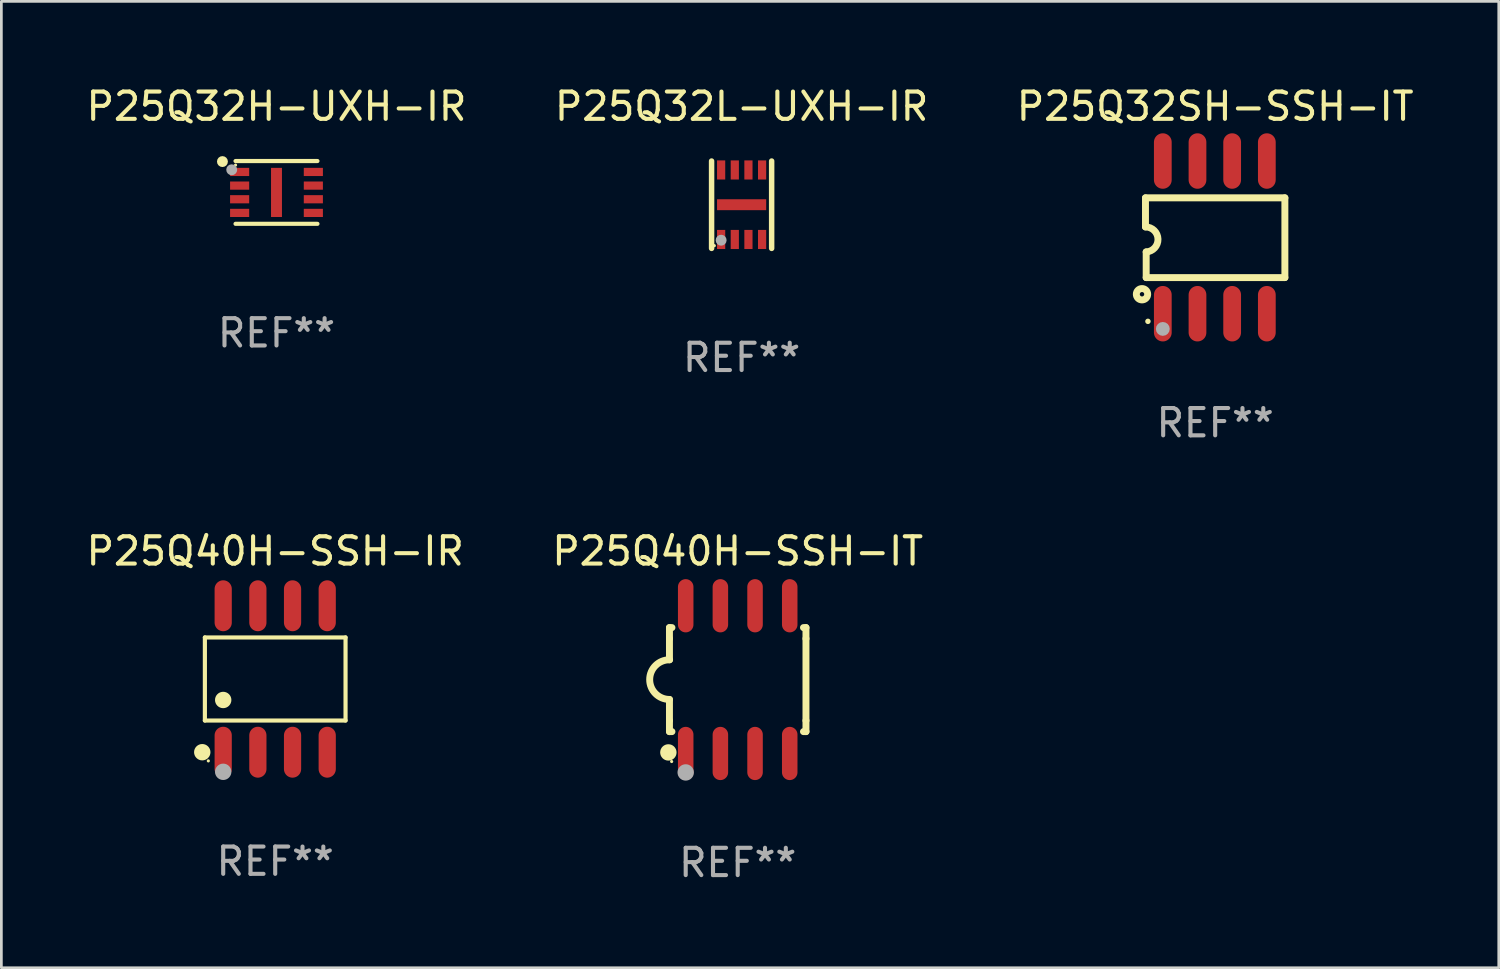
<source format=kicad_pcb>
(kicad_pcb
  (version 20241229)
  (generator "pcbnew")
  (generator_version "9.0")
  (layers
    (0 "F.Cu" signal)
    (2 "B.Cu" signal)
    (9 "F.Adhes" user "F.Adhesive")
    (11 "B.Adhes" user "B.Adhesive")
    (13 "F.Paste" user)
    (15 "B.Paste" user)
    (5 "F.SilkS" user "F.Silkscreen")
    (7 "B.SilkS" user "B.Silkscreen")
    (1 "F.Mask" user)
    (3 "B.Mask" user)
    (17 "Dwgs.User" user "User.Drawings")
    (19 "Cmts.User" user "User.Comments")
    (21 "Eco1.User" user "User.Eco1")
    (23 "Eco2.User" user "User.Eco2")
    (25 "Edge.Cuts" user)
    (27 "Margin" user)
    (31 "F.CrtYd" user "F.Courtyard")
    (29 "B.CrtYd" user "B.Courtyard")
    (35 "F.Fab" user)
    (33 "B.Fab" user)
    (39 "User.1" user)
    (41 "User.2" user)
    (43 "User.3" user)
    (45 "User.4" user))
  (footprint "P25Q32L-UXH-IR"
    (layer "F.Cu")
    (at 24.113 4.448)
    (property "Reference" "P25Q32L-UXH-IR" (at 0 -3.6 0) (layer "F.SilkS") (effects (font (size 1 1) (thickness 0.15))))
    (attr through_hole)
    (fp_line (start -1.1 1.6) (end -1.1 -1.6) (stroke (width 0.2) (type solid)) (layer "F.SilkS"))
    (fp_line (start 1.1 1.6) (end 1.1 -1.6) (stroke (width 0.2) (type solid)) (layer "F.SilkS"))
    (fp_circle (center -1 1.5) (end -0.97 1.5) (stroke (width 0.06) (type solid)) (fill no) (layer "F.SilkS"))
    (fp_circle (center -0.75 1.3) (end -0.65 1.3) (stroke (width 0.2) (type solid)) (fill no) (layer "F.Fab"))
    (fp_text user "REF**" (at 0 5.6 0) (layer "F.Fab") (effects (font (size 1 1) (thickness 0.15))))
    (pad "1" smd rect (at -0.75 1.273 90) (size 0.7 0.3) (layers "F.Cu" "F.Mask" "F.Paste"))
    (pad "2" smd rect (at -0.25 1.273 90) (size 0.7 0.3) (layers "F.Cu" "F.Mask" "F.Paste"))
    (pad "3" smd rect (at 0.25 1.273 90) (size 0.7 0.3) (layers "F.Cu" "F.Mask" "F.Paste"))
    (pad "4" smd rect (at 0.75 1.273 90) (size 0.7 0.3) (layers "F.Cu" "F.Mask" "F.Paste"))
    (pad "5" smd rect (at 0.75 -1.273 90) (size 0.7 0.3) (layers "F.Cu" "F.Mask" "F.Paste"))
    (pad "6" smd rect (at 0.25 -1.273 90) (size 0.7 0.3) (layers "F.Cu" "F.Mask" "F.Paste"))
    (pad "7" smd rect (at -0.25 -1.273 90) (size 0.7 0.3) (layers "F.Cu" "F.Mask" "F.Paste"))
    (pad "8" smd rect (at -0.75 -1.273 90) (size 0.7 0.3) (layers "F.Cu" "F.Mask" "F.Paste"))
    (pad "9" smd rect (at 0.000127 0) (size 1.8 0.4) (layers "F.Cu" "F.Mask" "F.Paste")))
  (footprint "P25Q32H-UXH-IR"
    (layer "F.Cu")
    (at 7.077 3.998)
    (property "Reference" "P25Q32H-UXH-IR" (at 0 -3.15 0) (layer "F.SilkS") (effects (font (size 1 1) (thickness 0.15))))
    (attr through_hole)
    (fp_line (start 1.5 -1.15) (end -1.5 -1.15) (stroke (width 0.152) (type solid)) (layer "F.SilkS"))
    (fp_line (start 1.5 1.15) (end -1.5 1.15) (stroke (width 0.152) (type solid)) (layer "F.SilkS"))
    (fp_circle (center -1.98 -1.13) (end -1.88 -1.13) (stroke (width 0.2) (type solid)) (fill no) (layer "F.SilkS"))
    (fp_circle (center -1.5 -1) (end -1.47 -1) (stroke (width 0.06) (type solid)) (fill no) (layer "F.SilkS"))
    (fp_circle (center -1.64 -0.83) (end -1.54 -0.83) (stroke (width 0.2) (type solid)) (fill no) (layer "F.Fab"))
    (fp_text user "REF**" (at 0 5.15 0) (layer "F.Fab") (effects (font (size 1 1) (thickness 0.15))))
    (pad "1" smd rect (at -1.35 -0.75) (size 0.7 0.3) (layers "F.Cu" "F.Mask" "F.Paste"))
    (pad "2" smd rect (at -1.35 -0.25) (size 0.7 0.3) (layers "F.Cu" "F.Mask" "F.Paste"))
    (pad "3" smd rect (at -1.35 0.25) (size 0.7 0.3) (layers "F.Cu" "F.Mask" "F.Paste"))
    (pad "4" smd rect (at -1.35 0.75) (size 0.7 0.3) (layers "F.Cu" "F.Mask" "F.Paste"))
    (pad "5" smd rect (at 1.35 0.75) (size 0.7 0.3) (layers "F.Cu" "F.Mask" "F.Paste"))
    (pad "6" smd rect (at 1.35 0.25) (size 0.7 0.3) (layers "F.Cu" "F.Mask" "F.Paste"))
    (pad "7" smd rect (at 1.35 -0.25) (size 0.7 0.3) (layers "F.Cu" "F.Mask" "F.Paste"))
    (pad "8" smd rect (at 1.35 -0.75) (size 0.7 0.3) (layers "F.Cu" "F.Mask" "F.Paste"))
    (pad "9" smd rect (at -0.000025 0.000127) (size 0.4 1.8) (layers "F.Cu" "F.Mask" "F.Paste")))
  (footprint "P25Q40H-SSH-IR"
    (layer "F.Cu")
    (at 7.03 21.819)
    (property "Reference" "P25Q40H-SSH-IR" (at 0 -4.682 0) (layer "F.SilkS") (effects (font (size 1 1) (thickness 0.15))))
    (attr through_hole)
    (fp_line (start -2.576 -1.521) (end 2.576 -1.521) (stroke (width 0.152) (type solid)) (layer "F.SilkS"))
    (fp_line (start -2.576 1.521) (end -2.576 -1.521) (stroke (width 0.152) (type solid)) (layer "F.SilkS"))
    (fp_line (start 2.576 -1.521) (end 2.576 1.521) (stroke (width 0.152) (type solid)) (layer "F.SilkS"))
    (fp_line (start 2.576 1.521) (end -2.576 1.521) (stroke (width 0.152) (type solid)) (layer "F.SilkS"))
    (fp_circle (center -2.672 2.682) (end -2.522 2.682) (stroke (width 0.3) (type solid)) (fill no) (layer "F.SilkS"))
    (fp_circle (center -2.45 3) (end -2.42 3) (stroke (width 0.06) (type solid)) (fill no) (layer "F.SilkS"))
    (fp_circle (center -1.905 0.769) (end -1.755 0.769) (stroke (width 0.3) (type solid)) (fill no) (layer "F.SilkS"))
    (fp_circle (center -1.905 3.4) (end -1.755 3.4) (stroke (width 0.3) (type solid)) (fill no) (layer "F.Fab"))
    (fp_text user "REF**" (at 0 6.682 0) (layer "F.Fab") (effects (font (size 1 1) (thickness 0.15))))
    (pad "1" smd oval (at -1.905 2.682) (size 0.63 1.865) (layers "F.Cu" "F.Mask" "F.Paste"))
    (pad "2" smd oval (at -0.635 2.682) (size 0.63 1.865) (layers "F.Cu" "F.Mask" "F.Paste"))
    (pad "3" smd oval (at 0.635 2.682) (size 0.63 1.865) (layers "F.Cu" "F.Mask" "F.Paste"))
    (pad "4" smd oval (at 1.905 2.682) (size 0.63 1.865) (layers "F.Cu" "F.Mask" "F.Paste"))
    (pad "5" smd oval (at 1.905 -2.682) (size 0.63 1.865) (layers "F.Cu" "F.Mask" "F.Paste"))
    (pad "6" smd oval (at 0.635 -2.682) (size 0.63 1.865) (layers "F.Cu" "F.Mask" "F.Paste"))
    (pad "7" smd oval (at -0.635 -2.682) (size 0.63 1.865) (layers "F.Cu" "F.Mask" "F.Paste"))
    (pad "8" smd oval (at -1.905 -2.682) (size 0.63 1.865) (layers "F.Cu" "F.Mask" "F.Paste")))
  (footprint "P25Q40H-SSH-IT"
    (layer "F.Cu")
    (at 23.97 21.842)
    (property "Reference" "P25Q40H-SSH-IT" (at 0 -4.705 0) (layer "F.SilkS") (effects (font (size 1 1) (thickness 0.15))))
    (attr through_hole)
    (fp_line (start -2.5 -1.905) (end -2.409 -1.905) (stroke (width 0.254) (type solid)) (layer "F.SilkS"))
    (fp_line (start -2.5 -1.5) (end -2.5 -1.905) (stroke (width 0.254) (type solid)) (layer "F.SilkS"))
    (fp_line (start -2.5 -1.5) (end -2.5 -0.726) (stroke (width 0.254) (type solid)) (layer "F.SilkS"))
    (fp_line (start -2.5 1.5) (end -2.5 0.727) (stroke (width 0.254) (type solid)) (layer "F.SilkS"))
    (fp_line (start -2.5 1.5) (end -2.5 1.905) (stroke (width 0.254) (type solid)) (layer "F.SilkS"))
    (fp_line (start -2.5 1.905) (end -2.409 1.905) (stroke (width 0.254) (type solid)) (layer "F.SilkS"))
    (fp_line (start 2.5 -1.905) (end 2.409 -1.905) (stroke (width 0.254) (type solid)) (layer "F.SilkS"))
    (fp_line (start 2.5 -1.5) (end 2.5 -1.905) (stroke (width 0.254) (type solid)) (layer "F.SilkS"))
    (fp_line (start 2.5 -1.5) (end 2.5 1.5) (stroke (width 0.254) (type solid)) (layer "F.SilkS"))
    (fp_line (start 2.5 1.5) (end 2.5 1.905) (stroke (width 0.254) (type solid)) (layer "F.SilkS"))
    (fp_line (start 2.5 1.905) (end 2.409 1.905) (stroke (width 0.254) (type solid)) (layer "F.SilkS"))
    (fp_arc (start -2.5 0.726568) (mid -3.220316 -0.0023) (end -2.495097 -0.726289) (stroke (width 0.254001) (type solid)) (layer "F.SilkS"))
    (fp_circle (center -2.54 2.667) (end -2.39 2.667) (stroke (width 0.3) (type solid)) (fill no) (layer "F.SilkS"))
    (fp_circle (center -2.42 3) (end -2.39 3) (stroke (width 0.06) (type solid)) (fill no) (layer "F.SilkS"))
    (fp_circle (center -1.905 3.4) (end -1.755 3.4) (stroke (width 0.3) (type solid)) (fill no) (layer "F.Fab"))
    (fp_text user "REF**" (at 0 6.705 0) (layer "F.Fab") (effects (font (size 1 1) (thickness 0.15))))
    (pad "1" smd oval (at -1.905 2.705) (size 0.568 1.95) (layers "F.Cu" "F.Mask" "F.Paste"))
    (pad "2" smd oval (at -0.635 2.705) (size 0.568 1.95) (layers "F.Cu" "F.Mask" "F.Paste"))
    (pad "3" smd oval (at 0.635 2.705) (size 0.568 1.95) (layers "F.Cu" "F.Mask" "F.Paste"))
    (pad "4" smd oval (at 1.905 2.705) (size 0.568 1.95) (layers "F.Cu" "F.Mask" "F.Paste"))
    (pad "5" smd oval (at 1.905 -2.705) (size 0.568 1.95) (layers "F.Cu" "F.Mask" "F.Paste"))
    (pad "6" smd oval (at 0.635 -2.705) (size 0.568 1.95) (layers "F.Cu" "F.Mask" "F.Paste"))
    (pad "7" smd oval (at -0.635 -2.705) (size 0.568 1.95) (layers "F.Cu" "F.Mask" "F.Paste"))
    (pad "8" smd oval (at -1.905 -2.705) (size 0.568 1.95) (layers "F.Cu" "F.Mask" "F.Paste")))
  (footprint "P25Q32SH-SSH-IT"
    (layer "F.Cu")
    (at 41.458 5.644)
    (property "Reference" "P25Q32SH-SSH-IT" (at 0 -4.796 0) (layer "F.SilkS") (effects (font (size 1 1) (thickness 0.15))))
    (attr through_hole)
    (fp_line (start -2.553 -1.448) (end 2.553 -1.448) (stroke (width 0.254) (type solid)) (layer "F.SilkS"))
    (fp_line (start -2.553 -0.382) (end -2.553 -1.448) (stroke (width 0.254) (type solid)) (layer "F.SilkS"))
    (fp_line (start -2.527 1.473) (end -2.527 0.533) (stroke (width 0.254) (type solid)) (layer "F.SilkS"))
    (fp_line (start -2.502 1.473) (end -2.527 1.473) (stroke (width 0.254) (type solid)) (layer "F.SilkS"))
    (fp_line (start 2.553 -1.448) (end 2.553 1.473) (stroke (width 0.254) (type solid)) (layer "F.SilkS"))
    (fp_line (start 2.553 1.473) (end -2.502 1.473) (stroke (width 0.254) (type solid)) (layer "F.SilkS"))
    (fp_arc (start -2.552705 -0.381966) (mid -2.094969 0.063238) (end -2.527305 0.533147) (stroke (width 0.254001) (type solid)) (layer "F.SilkS"))
    (fp_circle (center -2.68 2.083) (end -2.599 2.083) (stroke (width 0.254) (type solid)) (fill no) (layer "F.SilkS"))
    (fp_circle (center -2.463 3.076) (end -2.413 3.076) (stroke (width 0.1) (type solid)) (fill no) (layer "F.SilkS"))
    (fp_circle (center -1.918 3.353) (end -1.791 3.353) (stroke (width 0.254) (type solid)) (fill no) (layer "F.Fab"))
    (fp_text user "REF**" (at 0 6.796 0) (layer "F.Fab") (effects (font (size 1 1) (thickness 0.15))))
    (pad "1" smd oval (at -1.918 2.796) (size 0.65 2.032) (layers "F.Cu" "F.Mask" "F.Paste"))
    (pad "2" smd oval (at -0.648 2.796) (size 0.65 2.032) (layers "F.Cu" "F.Mask" "F.Paste"))
    (pad "3" smd oval (at 0.622 2.796) (size 0.65 2.032) (layers "F.Cu" "F.Mask" "F.Paste"))
    (pad "4" smd oval (at 1.892 2.796) (size 0.65 2.032) (layers "F.Cu" "F.Mask" "F.Paste"))
    (pad "5" smd oval (at 1.892 -2.796) (size 0.65 2.032) (layers "F.Cu" "F.Mask" "F.Paste"))
    (pad "6" smd oval (at 0.622 -2.796) (size 0.65 2.032) (layers "F.Cu" "F.Mask" "F.Paste"))
    (pad "7" smd oval (at -0.648 -2.796) (size 0.65 2.032) (layers "F.Cu" "F.Mask" "F.Paste"))
    (pad "8" smd oval (at -1.918 -2.796) (size 0.65 2.032) (layers "F.Cu" "F.Mask" "F.Paste")))
  (gr_rect
    (start -3 -3)
    (end 51.845 32.395)
    (stroke (width 0.1) (type default))
    (fill no)
    (layer "Edge.Cuts")))
</source>
